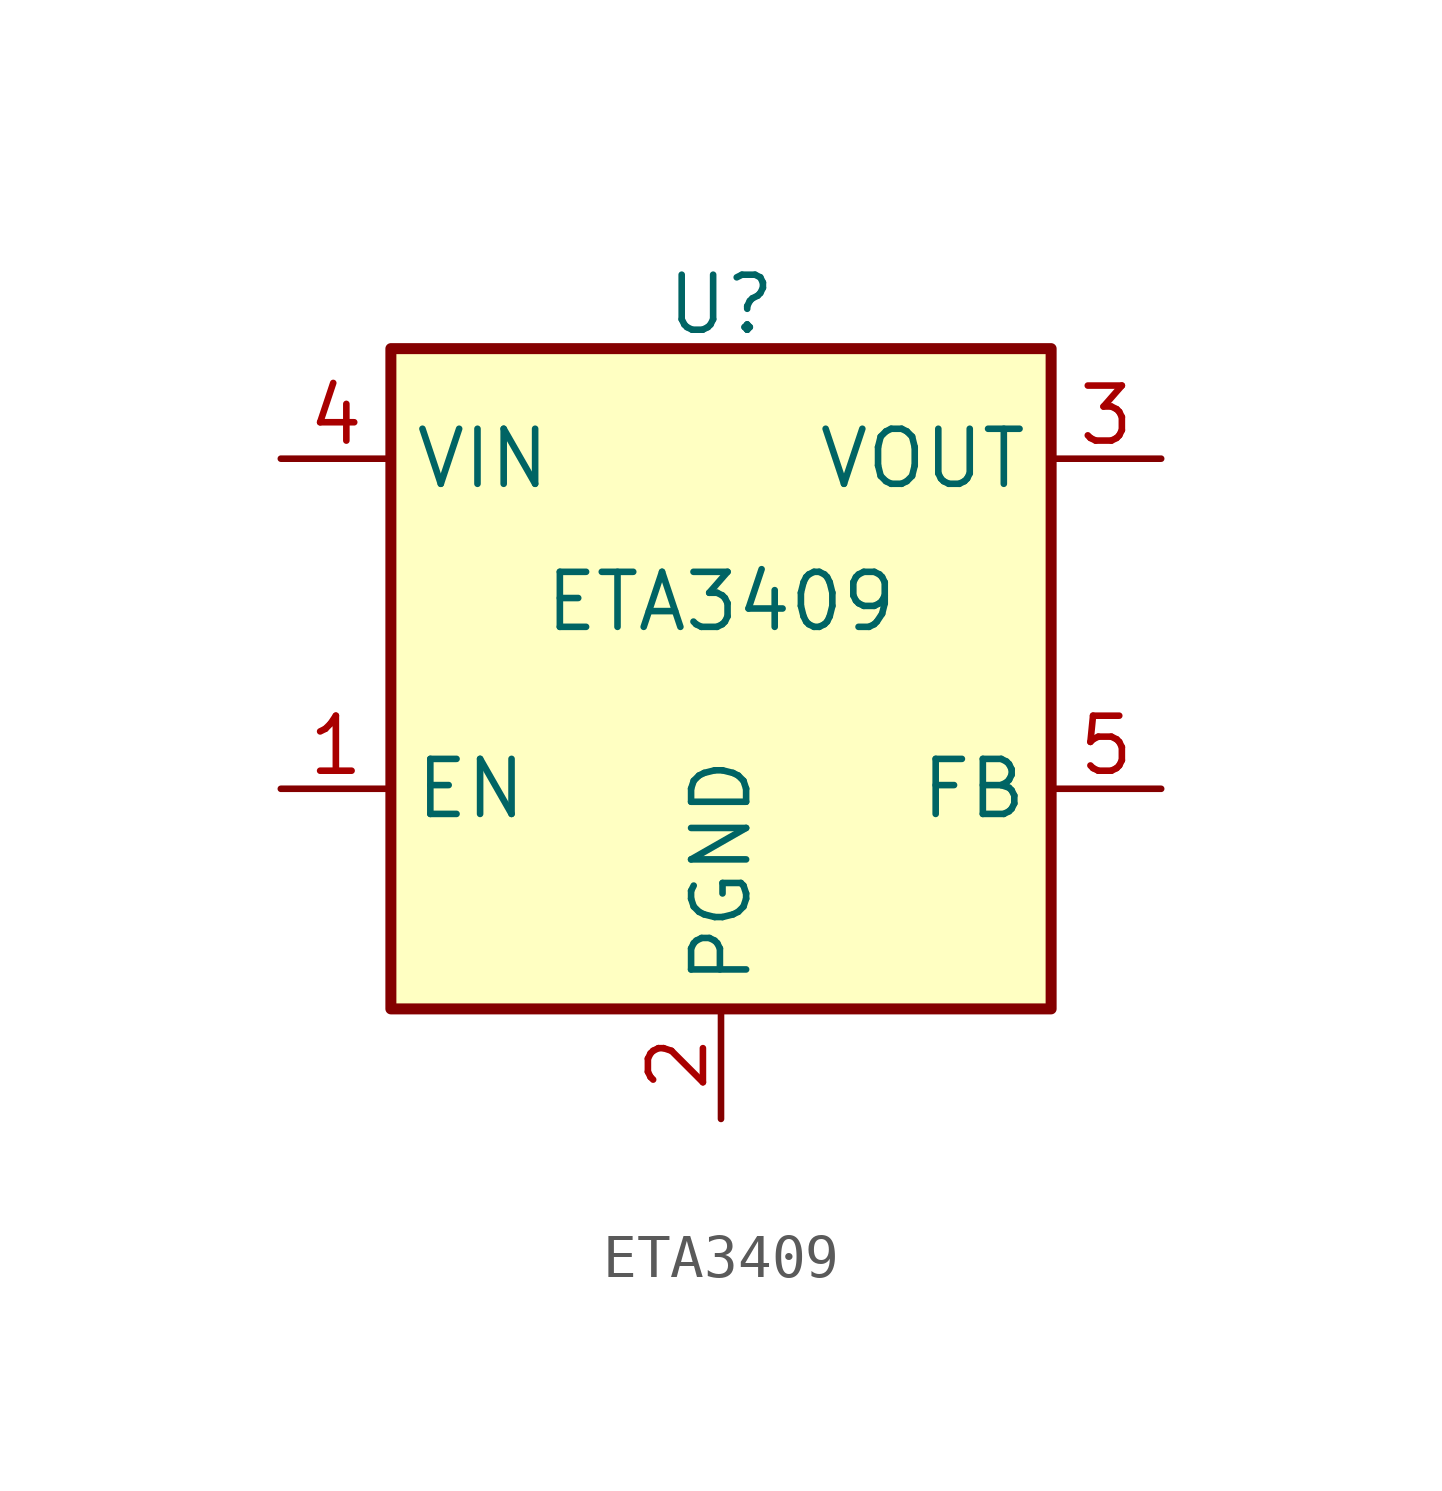
<source format=kicad_sym>
(kicad_symbol_lib
  (version 20241209)
  (generator "kicad_symbol_editor")
  (generator_version "9.0")
  (symbol "ETA3409"
    (property "Reference" "U"
      (at 0 11.176 0)
      (effects (font (size 1.27 1.27))))
    (property "Value" "ETA3409"
      (at 0 4.318 0)
      (effects (font (size 1.27 1.27))))
    (symbol "ETA3409_0_1"
      (rectangle (start -7.62 10.16) (end 7.62 -5.08) (stroke (width 0.254) (type default)) (fill (type background))))
    (symbol "ETA3409_1_1"
      (pin power_in line (at -10.16 7.62 0) (length 2.54) (name "VIN" (effects (font (size 1.27 1.27)))) (number "4" (effects (font (size 1.27 1.27)))))
      (pin input line (at -10.16 0 0) (length 2.54) (name "EN" (effects (font (size 1.27 1.27)))) (number "1" (effects (font (size 1.27 1.27)))))
      (pin power_in line (at 0 -7.62 90) (length 2.54) (name "PGND" (effects (font (size 1.27 1.27)))) (number "2" (effects (font (size 1.27 1.27)))))
      (pin power_out line (at 10.16 7.62 180) (length 2.54) (name "VOUT" (effects (font (size 1.27 1.27)))) (number "3" (effects (font (size 1.27 1.27)))))
      (pin input line (at 10.16 0 180) (length 2.54) (name "FB" (effects (font (size 1.27 1.27)))) (number "5" (effects (font (size 1.27 1.27))))))))
</source>
